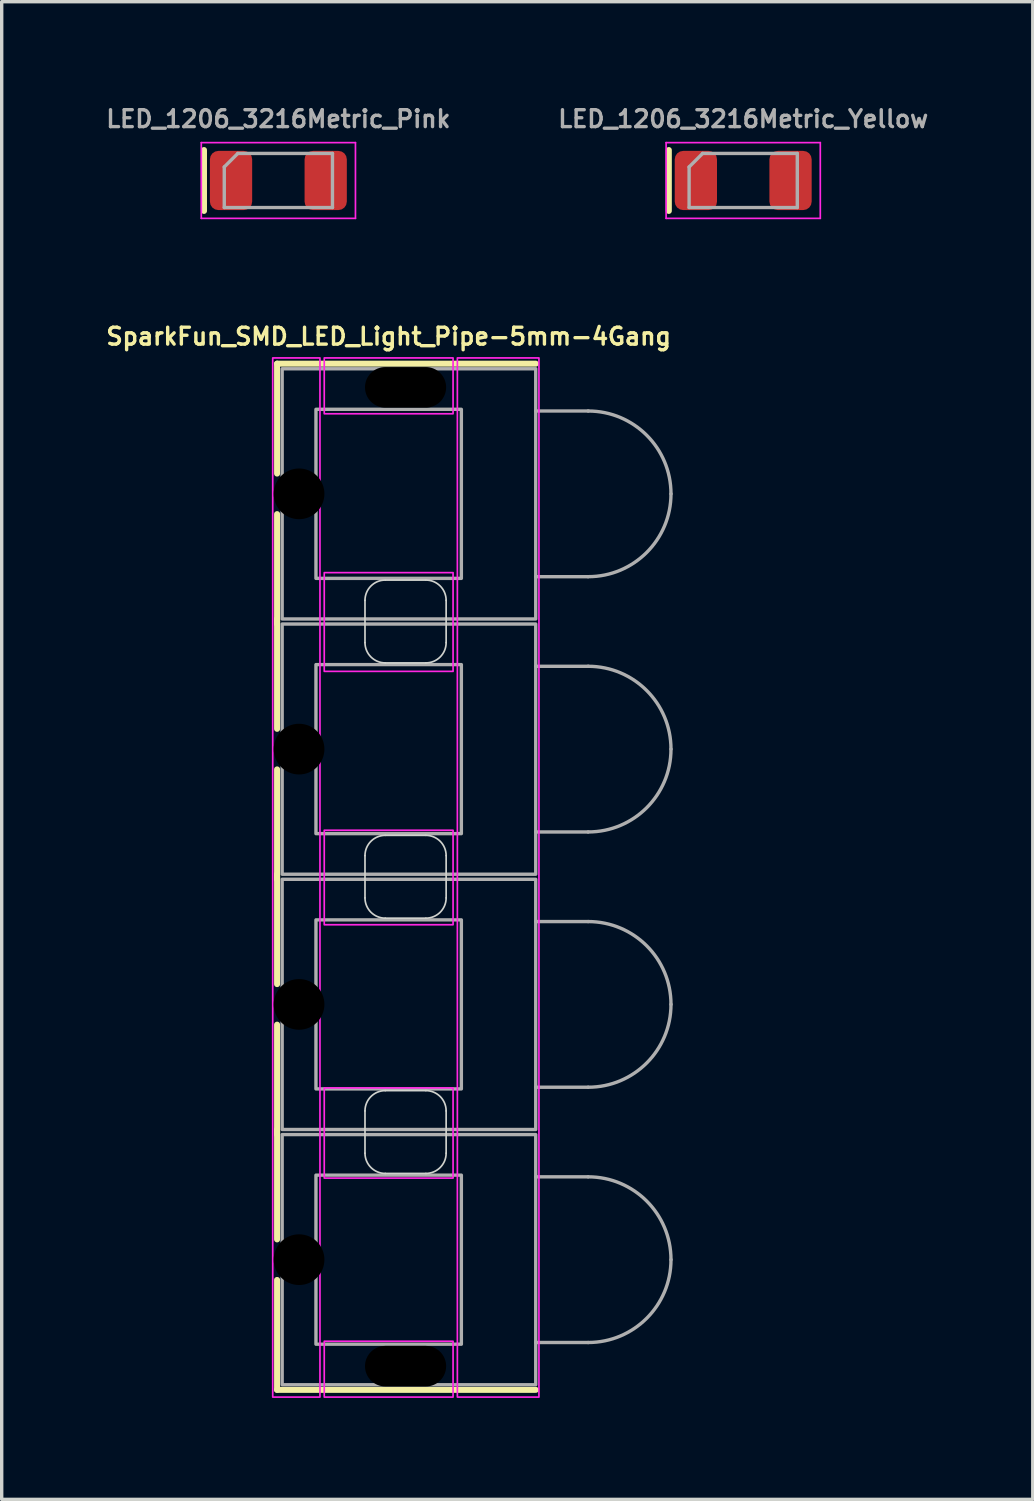
<source format=kicad_pcb>
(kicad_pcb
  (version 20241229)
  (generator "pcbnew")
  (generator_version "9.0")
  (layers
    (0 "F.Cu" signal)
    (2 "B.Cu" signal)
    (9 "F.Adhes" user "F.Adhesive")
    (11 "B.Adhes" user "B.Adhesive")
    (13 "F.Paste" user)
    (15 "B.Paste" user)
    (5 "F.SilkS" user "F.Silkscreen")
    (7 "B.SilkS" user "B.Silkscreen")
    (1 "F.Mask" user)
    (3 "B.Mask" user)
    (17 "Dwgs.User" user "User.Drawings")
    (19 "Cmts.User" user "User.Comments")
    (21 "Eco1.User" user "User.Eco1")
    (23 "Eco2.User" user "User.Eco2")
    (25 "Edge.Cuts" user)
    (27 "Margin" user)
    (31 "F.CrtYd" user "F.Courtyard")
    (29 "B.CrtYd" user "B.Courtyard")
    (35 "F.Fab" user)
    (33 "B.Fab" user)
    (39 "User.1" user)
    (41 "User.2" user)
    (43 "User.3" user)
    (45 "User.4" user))
  (footprint "SparkFun_SMD_LED_Light_Pipe-5mm-4Gang"
    (layer "F.Cu")
    (at 8.445 34.206)
    (property "Reference" "SparkFun_SMD_LED_Light_Pipe-5mm-4Gang" (at 0 -27.305 0) (unlocked yes) (layer "F.SilkS") (effects (font (size 0.5 0.5) (thickness 0.1))))
    (attr through_hole)
    (fp_line (start -3.3 -26.5) (end -3.3 -23.25) (stroke (width 0.178) (type default)) (layer "F.SilkS"))
    (fp_line (start -3.3 -18.95) (end -3.3 -15.7) (stroke (width 0.178) (type default)) (layer "F.SilkS"))
    (fp_line (start -3.3 -18.8) (end -3.3 -22.05) (stroke (width 0.178) (type default)) (layer "F.SilkS"))
    (fp_line (start -3.3 -11.4) (end -3.3 -8.15) (stroke (width 0.178) (type default)) (layer "F.SilkS"))
    (fp_line (start -3.3 -11.25) (end -3.3 -14.5) (stroke (width 0.178) (type default)) (layer "F.SilkS"))
    (fp_line (start -3.3 -3.85) (end -3.3 -0.6) (stroke (width 0.178) (type default)) (layer "F.SilkS"))
    (fp_line (start -3.3 -3.7) (end -3.3 -6.95) (stroke (width 0.178) (type default)) (layer "F.SilkS"))
    (fp_line (start -3.3 3.85) (end -3.3 0.6) (stroke (width 0.178) (type default)) (layer "F.SilkS"))
    (fp_line (start 4.35 -26.5) (end -3.3 -26.5) (stroke (width 0.178) (type default)) (layer "F.SilkS"))
    (fp_line (start 4.35 3.85) (end -3.3 3.85) (stroke (width 0.178) (type default)) (layer "F.SilkS"))
    (fp_line (start -0.7 -19.5) (end -0.7 -18.25) (stroke (width 0.05) (type default)) (layer "Edge.Cuts"))
    (fp_line (start -0.7 -11.95) (end -0.7 -10.7) (stroke (width 0.05) (type default)) (layer "Edge.Cuts"))
    (fp_line (start -0.7 -4.4) (end -0.7 -3.15) (stroke (width 0.05) (type default)) (layer "Edge.Cuts"))
    (fp_line (start -0.1 -20.1) (end 1.1 -20.1) (stroke (width 0.05) (type default)) (layer "Edge.Cuts"))
    (fp_line (start -0.1 -12.55) (end 1.1 -12.55) (stroke (width 0.05) (type default)) (layer "Edge.Cuts"))
    (fp_line (start -0.1 -5) (end 1.1 -5) (stroke (width 0.05) (type default)) (layer "Edge.Cuts"))
    (fp_line (start 1.1 -17.65) (end -0.1 -17.65) (stroke (width 0.05) (type default)) (layer "Edge.Cuts"))
    (fp_line (start 1.1 -10.1) (end -0.1 -10.1) (stroke (width 0.05) (type default)) (layer "Edge.Cuts"))
    (fp_line (start 1.1 -2.55) (end -0.1 -2.55) (stroke (width 0.05) (type default)) (layer "Edge.Cuts"))
    (fp_line (start 1.7 -19.5) (end 1.7 -18.25) (stroke (width 0.05) (type default)) (layer "Edge.Cuts"))
    (fp_line (start 1.7 -11.95) (end 1.7 -10.7) (stroke (width 0.05) (type default)) (layer "Edge.Cuts"))
    (fp_line (start 1.7 -4.4) (end 1.7 -3.15) (stroke (width 0.05) (type default)) (layer "Edge.Cuts"))
    (fp_arc (start -0.7 -19.5) (mid -0.524264 -19.924264) (end -0.1 -20.1) (stroke (width 0.05) (type default)) (layer "Edge.Cuts"))
    (fp_arc (start -0.7 -11.95) (mid -0.524264 -12.374264) (end -0.1 -12.55) (stroke (width 0.05) (type default)) (layer "Edge.Cuts"))
    (fp_arc (start -0.7 -4.4) (mid -0.524264 -4.824264) (end -0.1 -5) (stroke (width 0.05) (type default)) (layer "Edge.Cuts"))
    (fp_arc (start -0.1 -17.65) (mid -0.524264 -17.825736) (end -0.7 -18.25) (stroke (width 0.05) (type default)) (layer "Edge.Cuts"))
    (fp_arc (start -0.1 -10.1) (mid -0.524264 -10.275736) (end -0.7 -10.7) (stroke (width 0.05) (type default)) (layer "Edge.Cuts"))
    (fp_arc (start -0.1 -2.55) (mid -0.524264 -2.725736) (end -0.7 -3.15) (stroke (width 0.05) (type default)) (layer "Edge.Cuts"))
    (fp_arc (start 1.1 -20.1) (mid 1.524264 -19.924264) (end 1.7 -19.5) (stroke (width 0.05) (type default)) (layer "Edge.Cuts"))
    (fp_arc (start 1.1 -12.55) (mid 1.524264 -12.374264) (end 1.7 -11.95) (stroke (width 0.05) (type default)) (layer "Edge.Cuts"))
    (fp_arc (start 1.1 -5) (mid 1.524264 -4.824264) (end 1.7 -4.4) (stroke (width 0.05) (type default)) (layer "Edge.Cuts"))
    (fp_arc (start 1.7 -18.25) (mid 1.524264 -17.825736) (end 1.1 -17.65) (stroke (width 0.05) (type default)) (layer "Edge.Cuts"))
    (fp_arc (start 1.7 -10.7) (mid 1.524264 -10.275736) (end 1.1 -10.1) (stroke (width 0.05) (type default)) (layer "Edge.Cuts"))
    (fp_arc (start 1.7 -3.15) (mid 1.524264 -2.725736) (end 1.1 -2.55) (stroke (width 0.05) (type default)) (layer "Edge.Cuts"))
    (fp_rect (start -3.429 -26.67) (end -2.032 4.064) (stroke (width 0.05) (type default)) (fill no) (layer "F.CrtYd"))
    (fp_rect (start -1.905 -26.67) (end 1.905 -25.019) (stroke (width 0.05) (type default)) (fill no) (layer "F.CrtYd"))
    (fp_rect (start -1.905 -20.32) (end 1.905 -17.399) (stroke (width 0.05) (type default)) (fill no) (layer "F.CrtYd"))
    (fp_rect (start -1.905 -12.7) (end 1.905 -9.906) (stroke (width 0.05) (type default)) (fill no) (layer "F.CrtYd"))
    (fp_rect (start -1.905 -5.08) (end 1.905 -2.413) (stroke (width 0.05) (type default)) (fill no) (layer "F.CrtYd"))
    (fp_rect (start -1.905 2.413) (end 1.905 4.064) (stroke (width 0.05) (type default)) (fill no) (layer "F.CrtYd"))
    (fp_rect (start 2.032 -26.67) (end 4.445 4.064) (stroke (width 0.05) (type default)) (fill no) (layer "F.CrtYd"))
    (fp_line (start 5.9 -25.1) (end 4.35 -25.1) (stroke (width 0.1) (type default)) (layer "F.Fab"))
    (fp_line (start 5.9 -20.2) (end 4.35 -20.2) (stroke (width 0.1) (type default)) (layer "F.Fab"))
    (fp_line (start 5.9 -17.55) (end 4.35 -17.55) (stroke (width 0.1) (type default)) (layer "F.Fab"))
    (fp_line (start 5.9 -12.65) (end 4.35 -12.65) (stroke (width 0.1) (type default)) (layer "F.Fab"))
    (fp_line (start 5.9 -10) (end 4.35 -10) (stroke (width 0.1) (type default)) (layer "F.Fab"))
    (fp_line (start 5.9 -5.1) (end 4.35 -5.1) (stroke (width 0.1) (type default)) (layer "F.Fab"))
    (fp_line (start 5.9 -2.45) (end 4.35 -2.45) (stroke (width 0.1) (type default)) (layer "F.Fab"))
    (fp_line (start 5.9 2.45) (end 4.35 2.45) (stroke (width 0.1) (type default)) (layer "F.Fab"))
    (fp_rect (start -3.15 -26.35) (end 4.35 -18.95) (stroke (width 0.1) (type default)) (fill no) (layer "F.Fab"))
    (fp_rect (start -3.15 -18.8) (end 4.35 -11.4) (stroke (width 0.1) (type default)) (fill no) (layer "F.Fab"))
    (fp_rect (start -3.15 -11.25) (end 4.35 -3.85) (stroke (width 0.1) (type default)) (fill no) (layer "F.Fab"))
    (fp_rect (start -3.15 -3.7) (end 4.35 3.7) (stroke (width 0.1) (type default)) (fill no) (layer "F.Fab"))
    (fp_rect (start -2.15 -25.15) (end 2.15 -20.15) (stroke (width 0.1) (type default)) (fill no) (layer "F.Fab"))
    (fp_rect (start -2.15 -17.6) (end 2.15 -12.6) (stroke (width 0.1) (type default)) (fill no) (layer "F.Fab"))
    (fp_rect (start -2.15 -10.05) (end 2.15 -5.05) (stroke (width 0.1) (type default)) (fill no) (layer "F.Fab"))
    (fp_rect (start -2.15 -2.5) (end 2.15 2.5) (stroke (width 0.1) (type default)) (fill no) (layer "F.Fab"))
    (fp_arc (start 5.9 -25.1) (mid 7.632412 -24.382412) (end 8.35 -22.65) (stroke (width 0.1) (type default)) (layer "F.Fab"))
    (fp_arc (start 5.9 -17.55) (mid 7.632412 -16.832412) (end 8.35 -15.1) (stroke (width 0.1) (type default)) (layer "F.Fab"))
    (fp_arc (start 5.9 -10) (mid 7.632412 -9.282412) (end 8.35 -7.55) (stroke (width 0.1) (type default)) (layer "F.Fab"))
    (fp_arc (start 5.9 -2.45) (mid 7.632412 -1.732412) (end 8.35 0) (stroke (width 0.1) (type default)) (layer "F.Fab"))
    (fp_arc (start 8.35 -22.65) (mid 7.632412 -20.917588) (end 5.9 -20.2) (stroke (width 0.1) (type default)) (layer "F.Fab"))
    (fp_arc (start 8.35 -15.1) (mid 7.632412 -13.367588) (end 5.9 -12.65) (stroke (width 0.1) (type default)) (layer "F.Fab"))
    (fp_arc (start 8.35 -7.55) (mid 7.632412 -5.817588) (end 5.9 -5.1) (stroke (width 0.1) (type default)) (layer "F.Fab"))
    (fp_arc (start 8.35 0) (mid 7.632412 1.732412) (end 5.9 2.45) (stroke (width 0.1) (type default)) (layer "F.Fab"))
    (pad "" np_thru_hole circle (at -2.65 -22.65) (size 1.5 1.5) (drill 1.5) (layers "*.Mask"))
    (pad "" np_thru_hole circle (at -2.65 -15.1) (size 1.5 1.5) (drill 1.5) (layers "*.Mask"))
    (pad "" np_thru_hole circle (at -2.65 -7.55) (size 1.5 1.5) (drill 1.5) (layers "*.Mask"))
    (pad "" np_thru_hole circle (at -2.65 0) (size 1.5 1.5) (drill 1.5) (layers "*.Mask"))
    (pad "" np_thru_hole oval (at 0.5 -25.8) (size 2.4 1.2) (drill oval 2.4 1.2) (layers "*.Mask"))
    (pad "" np_thru_hole oval (at 0.5 3.15) (size 2.4 1.2) (drill oval 2.4 1.2) (layers "*.Mask")))
  (footprint "LED_1206_3216Metric_Pink"
    (layer "F.Cu")
    (at 5.183 2.288)
    (property "Reference" "LED_1206_3216Metric_Pink" (at 0 -1.82 0) (layer "F.Fab") (effects (font (size 0.5 0.5) (thickness 0.1))))
    (attr smd)
    (fp_line (start -2.2 -0.9) (end -2.2 0.9) (stroke (width 0.178) (type solid)) (layer "F.SilkS"))
    (fp_line (start -2.28 -1.12) (end 2.28 -1.12) (stroke (width 0.05) (type solid)) (layer "F.CrtYd"))
    (fp_line (start -2.28 1.12) (end -2.28 -1.12) (stroke (width 0.05) (type solid)) (layer "F.CrtYd"))
    (fp_line (start 2.28 -1.12) (end 2.28 1.12) (stroke (width 0.05) (type solid)) (layer "F.CrtYd"))
    (fp_line (start 2.28 1.12) (end -2.28 1.12) (stroke (width 0.05) (type solid)) (layer "F.CrtYd"))
    (fp_line (start -1.6 -0.4) (end -1.6 0.8) (stroke (width 0.1) (type solid)) (layer "F.Fab"))
    (fp_line (start -1.6 0.8) (end 1.6 0.8) (stroke (width 0.1) (type solid)) (layer "F.Fab"))
    (fp_line (start -1.2 -0.8) (end -1.6 -0.4) (stroke (width 0.1) (type solid)) (layer "F.Fab"))
    (fp_line (start 1.6 -0.8) (end -1.2 -0.8) (stroke (width 0.1) (type solid)) (layer "F.Fab"))
    (fp_line (start 1.6 0.8) (end 1.6 -0.8) (stroke (width 0.1) (type solid)) (layer "F.Fab"))
    (pad "1" smd roundrect (at -1.4 0) (size 1.25 1.75) (layers "F.Cu" "F.Mask" "F.Paste") (roundrect_rratio 0.2))
    (pad "2" smd roundrect (at 1.4 0) (size 1.25 1.75) (layers "F.Cu" "F.Mask" "F.Paste") (roundrect_rratio 0.2)))
  (footprint "LED_1206_3216Metric_Yellow"
    (layer "F.Cu")
    (at 18.931 2.288)
    (property "Reference" "LED_1206_3216Metric_Yellow" (at 0 -1.82 0) (layer "F.Fab") (effects (font (size 0.5 0.5) (thickness 0.1))))
    (attr smd)
    (fp_line (start -2.2 -0.9) (end -2.2 0.9) (stroke (width 0.178) (type solid)) (layer "F.SilkS"))
    (fp_line (start -2.28 -1.12) (end 2.28 -1.12) (stroke (width 0.05) (type solid)) (layer "F.CrtYd"))
    (fp_line (start -2.28 1.12) (end -2.28 -1.12) (stroke (width 0.05) (type solid)) (layer "F.CrtYd"))
    (fp_line (start 2.28 -1.12) (end 2.28 1.12) (stroke (width 0.05) (type solid)) (layer "F.CrtYd"))
    (fp_line (start 2.28 1.12) (end -2.28 1.12) (stroke (width 0.05) (type solid)) (layer "F.CrtYd"))
    (fp_line (start -1.6 -0.4) (end -1.6 0.8) (stroke (width 0.1) (type solid)) (layer "F.Fab"))
    (fp_line (start -1.6 0.8) (end 1.6 0.8) (stroke (width 0.1) (type solid)) (layer "F.Fab"))
    (fp_line (start -1.2 -0.8) (end -1.6 -0.4) (stroke (width 0.1) (type solid)) (layer "F.Fab"))
    (fp_line (start 1.6 -0.8) (end -1.2 -0.8) (stroke (width 0.1) (type solid)) (layer "F.Fab"))
    (fp_line (start 1.6 0.8) (end 1.6 -0.8) (stroke (width 0.1) (type solid)) (layer "F.Fab"))
    (pad "1" smd roundrect (at -1.4 0) (size 1.25 1.75) (layers "F.Cu" "F.Mask" "F.Paste") (roundrect_rratio 0.2))
    (pad "2" smd roundrect (at 1.4 0) (size 1.25 1.75) (layers "F.Cu" "F.Mask" "F.Paste") (roundrect_rratio 0.2)))
  (gr_rect
    (start -3 -3)
    (end 27.495 41.295)
    (stroke (width 0.1) (type default))
    (fill no)
    (layer "Edge.Cuts")))
</source>
